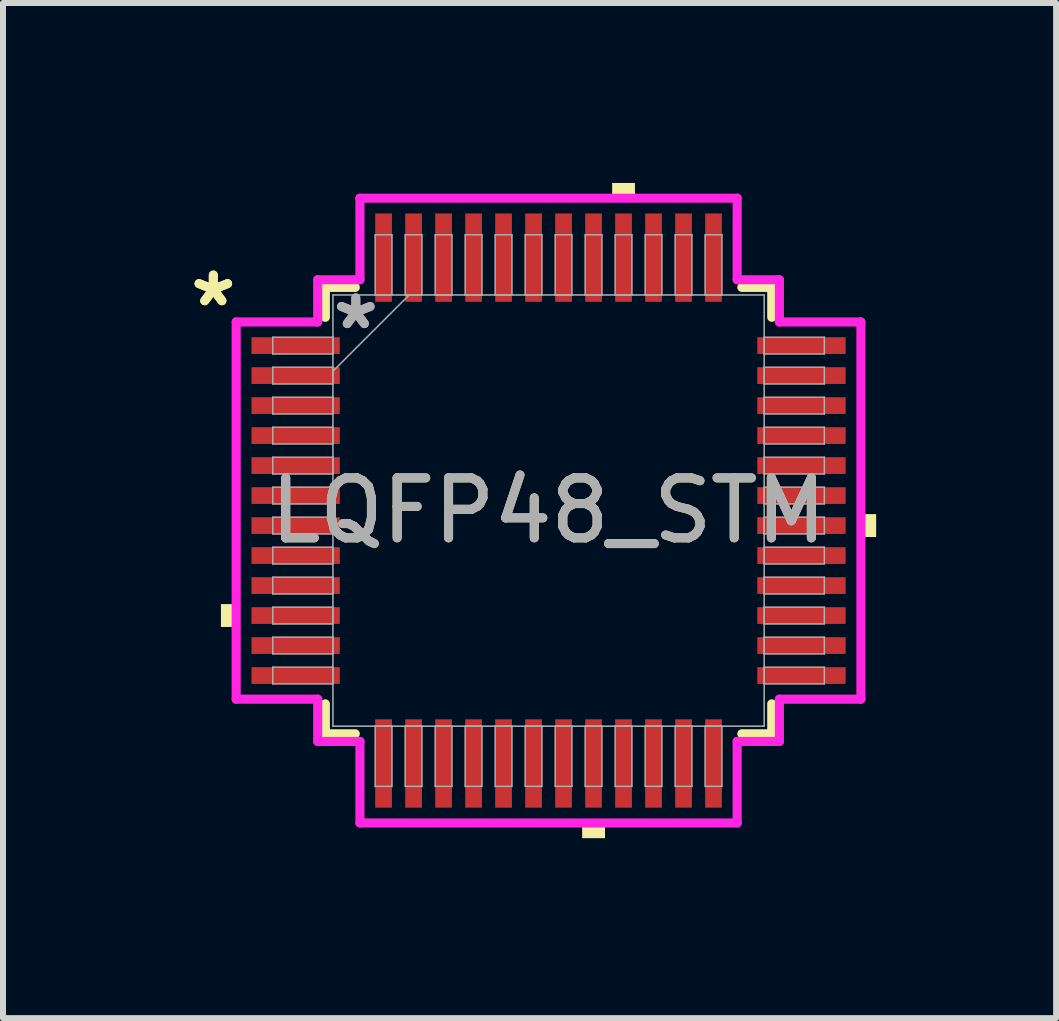
<source format=kicad_pcb>
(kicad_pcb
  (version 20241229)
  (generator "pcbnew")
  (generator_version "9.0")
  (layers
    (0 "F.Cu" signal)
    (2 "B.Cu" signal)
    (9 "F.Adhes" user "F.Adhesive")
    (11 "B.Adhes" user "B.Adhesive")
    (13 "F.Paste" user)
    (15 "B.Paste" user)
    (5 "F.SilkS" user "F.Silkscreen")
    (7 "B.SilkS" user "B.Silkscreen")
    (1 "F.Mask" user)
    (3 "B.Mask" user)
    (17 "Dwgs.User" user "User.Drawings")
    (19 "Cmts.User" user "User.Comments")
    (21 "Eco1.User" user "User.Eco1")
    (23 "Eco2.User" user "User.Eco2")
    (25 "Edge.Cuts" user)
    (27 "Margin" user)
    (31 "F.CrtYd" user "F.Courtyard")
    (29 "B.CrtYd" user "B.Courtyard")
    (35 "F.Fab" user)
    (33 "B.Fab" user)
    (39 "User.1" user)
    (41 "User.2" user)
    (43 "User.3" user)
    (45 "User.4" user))
  (footprint "LQFP48_STM"
    (layer "F.Cu")
    (at 6.094 5.461)
    (property "Reference" "LQFP48_STM" (at 0 0 0) (unlocked yes) (layer "F.SilkS") (effects (font (size 1 1) (thickness 0.15))))
    (attr smd)
    (fp_line (start -3.721 -3.721) (end -3.721 -3.222) (stroke (width 0.152) (type solid)) (layer "F.SilkS"))
    (fp_line (start -3.721 3.222) (end -3.721 3.721) (stroke (width 0.152) (type solid)) (layer "F.SilkS"))
    (fp_line (start -3.721 3.721) (end -3.222 3.721) (stroke (width 0.152) (type solid)) (layer "F.SilkS"))
    (fp_line (start -3.222 -3.721) (end -3.721 -3.721) (stroke (width 0.152) (type solid)) (layer "F.SilkS"))
    (fp_line (start 3.222 3.721) (end 3.721 3.721) (stroke (width 0.152) (type solid)) (layer "F.SilkS"))
    (fp_line (start 3.721 -3.721) (end 3.222 -3.721) (stroke (width 0.152) (type solid)) (layer "F.SilkS"))
    (fp_line (start 3.721 -3.222) (end 3.721 -3.721) (stroke (width 0.152) (type solid)) (layer "F.SilkS"))
    (fp_line (start 3.721 3.721) (end 3.721 3.222) (stroke (width 0.152) (type solid)) (layer "F.SilkS"))
    (fp_poly (pts (xy -5.461 1.559) (xy -5.461 1.94) (xy -5.207 1.94) (xy -5.207 1.559)) (stroke (width 0) (type solid)) (fill yes) (layer "F.SilkS"))
    (fp_poly (pts (xy 0.56 5.207) (xy 0.56 5.461) (xy 0.941 5.461) (xy 0.941 5.207)) (stroke (width 0) (type solid)) (fill yes) (layer "F.SilkS"))
    (fp_poly (pts (xy 1.06 -5.207) (xy 1.06 -5.461) (xy 1.44 -5.461) (xy 1.44 -5.207)) (stroke (width 0) (type solid)) (fill yes) (layer "F.SilkS"))
    (fp_poly (pts (xy 5.461 0.059) (xy 5.461 0.441) (xy 5.207 0.441) (xy 5.207 0.059)) (stroke (width 0) (type solid)) (fill yes) (layer "F.SilkS"))
    (fp_line (start -5.207 -3.144) (end -3.848 -3.144) (stroke (width 0.152) (type solid)) (layer "F.CrtYd"))
    (fp_line (start -5.207 3.144) (end -5.207 -3.144) (stroke (width 0.152) (type solid)) (layer "F.CrtYd"))
    (fp_line (start -3.848 -3.848) (end -3.144 -3.848) (stroke (width 0.152) (type solid)) (layer "F.CrtYd"))
    (fp_line (start -3.848 -3.144) (end -3.848 -3.848) (stroke (width 0.152) (type solid)) (layer "F.CrtYd"))
    (fp_line (start -3.848 3.144) (end -5.207 3.144) (stroke (width 0.152) (type solid)) (layer "F.CrtYd"))
    (fp_line (start -3.848 3.848) (end -3.848 3.144) (stroke (width 0.152) (type solid)) (layer "F.CrtYd"))
    (fp_line (start -3.848 3.848) (end -3.144 3.848) (stroke (width 0.152) (type solid)) (layer "F.CrtYd"))
    (fp_line (start -3.144 -5.207) (end 3.144 -5.207) (stroke (width 0.152) (type solid)) (layer "F.CrtYd"))
    (fp_line (start -3.144 -3.848) (end -3.144 -5.207) (stroke (width 0.152) (type solid)) (layer "F.CrtYd"))
    (fp_line (start -3.144 3.848) (end -3.144 5.207) (stroke (width 0.152) (type solid)) (layer "F.CrtYd"))
    (fp_line (start -3.144 5.207) (end 3.144 5.207) (stroke (width 0.152) (type solid)) (layer "F.CrtYd"))
    (fp_line (start 3.144 -5.207) (end 3.144 -3.848) (stroke (width 0.152) (type solid)) (layer "F.CrtYd"))
    (fp_line (start 3.144 -3.848) (end 3.848 -3.848) (stroke (width 0.152) (type solid)) (layer "F.CrtYd"))
    (fp_line (start 3.144 3.848) (end 3.848 3.848) (stroke (width 0.152) (type solid)) (layer "F.CrtYd"))
    (fp_line (start 3.144 5.207) (end 3.144 3.848) (stroke (width 0.152) (type solid)) (layer "F.CrtYd"))
    (fp_line (start 3.848 -3.144) (end 3.848 -3.848) (stroke (width 0.152) (type solid)) (layer "F.CrtYd"))
    (fp_line (start 3.848 3.144) (end 5.207 3.144) (stroke (width 0.152) (type solid)) (layer "F.CrtYd"))
    (fp_line (start 3.848 3.848) (end 3.848 3.144) (stroke (width 0.152) (type solid)) (layer "F.CrtYd"))
    (fp_line (start 5.207 -3.144) (end 3.848 -3.144) (stroke (width 0.152) (type solid)) (layer "F.CrtYd"))
    (fp_line (start 5.207 3.144) (end 5.207 -3.144) (stroke (width 0.152) (type solid)) (layer "F.CrtYd"))
    (fp_line (start -4.597 -2.89) (end -4.597 -2.61) (stroke (width 0.025) (type solid)) (layer "F.Fab"))
    (fp_line (start -4.597 -2.61) (end -3.594 -2.61) (stroke (width 0.025) (type solid)) (layer "F.Fab"))
    (fp_line (start -4.597 -2.39) (end -4.597 -2.11) (stroke (width 0.025) (type solid)) (layer "F.Fab"))
    (fp_line (start -4.597 -2.11) (end -3.594 -2.11) (stroke (width 0.025) (type solid)) (layer "F.Fab"))
    (fp_line (start -4.597 -1.89) (end -4.597 -1.61) (stroke (width 0.025) (type solid)) (layer "F.Fab"))
    (fp_line (start -4.597 -1.61) (end -3.594 -1.61) (stroke (width 0.025) (type solid)) (layer "F.Fab"))
    (fp_line (start -4.597 -1.39) (end -4.597 -1.11) (stroke (width 0.025) (type solid)) (layer "F.Fab"))
    (fp_line (start -4.597 -1.11) (end -3.594 -1.11) (stroke (width 0.025) (type solid)) (layer "F.Fab"))
    (fp_line (start -4.597 -0.89) (end -4.597 -0.61) (stroke (width 0.025) (type solid)) (layer "F.Fab"))
    (fp_line (start -4.597 -0.61) (end -3.594 -0.61) (stroke (width 0.025) (type solid)) (layer "F.Fab"))
    (fp_line (start -4.597 -0.39) (end -4.597 -0.11) (stroke (width 0.025) (type solid)) (layer "F.Fab"))
    (fp_line (start -4.597 -0.11) (end -3.594 -0.11) (stroke (width 0.025) (type solid)) (layer "F.Fab"))
    (fp_line (start -4.597 0.11) (end -4.597 0.39) (stroke (width 0.025) (type solid)) (layer "F.Fab"))
    (fp_line (start -4.597 0.39) (end -3.594 0.39) (stroke (width 0.025) (type solid)) (layer "F.Fab"))
    (fp_line (start -4.597 0.61) (end -4.597 0.89) (stroke (width 0.025) (type solid)) (layer "F.Fab"))
    (fp_line (start -4.597 0.89) (end -3.594 0.89) (stroke (width 0.025) (type solid)) (layer "F.Fab"))
    (fp_line (start -4.597 1.11) (end -4.597 1.39) (stroke (width 0.025) (type solid)) (layer "F.Fab"))
    (fp_line (start -4.597 1.39) (end -3.594 1.39) (stroke (width 0.025) (type solid)) (layer "F.Fab"))
    (fp_line (start -4.597 1.61) (end -4.597 1.89) (stroke (width 0.025) (type solid)) (layer "F.Fab"))
    (fp_line (start -4.597 1.89) (end -3.594 1.89) (stroke (width 0.025) (type solid)) (layer "F.Fab"))
    (fp_line (start -4.597 2.11) (end -4.597 2.39) (stroke (width 0.025) (type solid)) (layer "F.Fab"))
    (fp_line (start -4.597 2.39) (end -3.594 2.39) (stroke (width 0.025) (type solid)) (layer "F.Fab"))
    (fp_line (start -4.597 2.61) (end -4.597 2.89) (stroke (width 0.025) (type solid)) (layer "F.Fab"))
    (fp_line (start -4.597 2.89) (end -3.594 2.89) (stroke (width 0.025) (type solid)) (layer "F.Fab"))
    (fp_line (start -3.594 -3.594) (end -3.594 3.594) (stroke (width 0.025) (type solid)) (layer "F.Fab"))
    (fp_line (start -3.594 -2.89) (end -4.597 -2.89) (stroke (width 0.025) (type solid)) (layer "F.Fab"))
    (fp_line (start -3.594 -2.61) (end -3.594 -2.89) (stroke (width 0.025) (type solid)) (layer "F.Fab"))
    (fp_line (start -3.594 -2.39) (end -4.597 -2.39) (stroke (width 0.025) (type solid)) (layer "F.Fab"))
    (fp_line (start -3.594 -2.324) (end -2.324 -3.594) (stroke (width 0.025) (type solid)) (layer "F.Fab"))
    (fp_line (start -3.594 -2.11) (end -3.594 -2.39) (stroke (width 0.025) (type solid)) (layer "F.Fab"))
    (fp_line (start -3.594 -1.89) (end -4.597 -1.89) (stroke (width 0.025) (type solid)) (layer "F.Fab"))
    (fp_line (start -3.594 -1.61) (end -3.594 -1.89) (stroke (width 0.025) (type solid)) (layer "F.Fab"))
    (fp_line (start -3.594 -1.39) (end -4.597 -1.39) (stroke (width 0.025) (type solid)) (layer "F.Fab"))
    (fp_line (start -3.594 -1.11) (end -3.594 -1.39) (stroke (width 0.025) (type solid)) (layer "F.Fab"))
    (fp_line (start -3.594 -0.89) (end -4.597 -0.89) (stroke (width 0.025) (type solid)) (layer "F.Fab"))
    (fp_line (start -3.594 -0.61) (end -3.594 -0.89) (stroke (width 0.025) (type solid)) (layer "F.Fab"))
    (fp_line (start -3.594 -0.39) (end -4.597 -0.39) (stroke (width 0.025) (type solid)) (layer "F.Fab"))
    (fp_line (start -3.594 -0.11) (end -3.594 -0.39) (stroke (width 0.025) (type solid)) (layer "F.Fab"))
    (fp_line (start -3.594 0.11) (end -4.597 0.11) (stroke (width 0.025) (type solid)) (layer "F.Fab"))
    (fp_line (start -3.594 0.39) (end -3.594 0.11) (stroke (width 0.025) (type solid)) (layer "F.Fab"))
    (fp_line (start -3.594 0.61) (end -4.597 0.61) (stroke (width 0.025) (type solid)) (layer "F.Fab"))
    (fp_line (start -3.594 0.89) (end -3.594 0.61) (stroke (width 0.025) (type solid)) (layer "F.Fab"))
    (fp_line (start -3.594 1.11) (end -4.597 1.11) (stroke (width 0.025) (type solid)) (layer "F.Fab"))
    (fp_line (start -3.594 1.39) (end -3.594 1.11) (stroke (width 0.025) (type solid)) (layer "F.Fab"))
    (fp_line (start -3.594 1.61) (end -4.597 1.61) (stroke (width 0.025) (type solid)) (layer "F.Fab"))
    (fp_line (start -3.594 1.89) (end -3.594 1.61) (stroke (width 0.025) (type solid)) (layer "F.Fab"))
    (fp_line (start -3.594 2.11) (end -4.597 2.11) (stroke (width 0.025) (type solid)) (layer "F.Fab"))
    (fp_line (start -3.594 2.39) (end -3.594 2.11) (stroke (width 0.025) (type solid)) (layer "F.Fab"))
    (fp_line (start -3.594 2.61) (end -4.597 2.61) (stroke (width 0.025) (type solid)) (layer "F.Fab"))
    (fp_line (start -3.594 2.89) (end -3.594 2.61) (stroke (width 0.025) (type solid)) (layer "F.Fab"))
    (fp_line (start -3.594 3.594) (end 3.594 3.594) (stroke (width 0.025) (type solid)) (layer "F.Fab"))
    (fp_line (start -2.89 -4.597) (end -2.89 -3.594) (stroke (width 0.025) (type solid)) (layer "F.Fab"))
    (fp_line (start -2.89 -3.594) (end -2.61 -3.594) (stroke (width 0.025) (type solid)) (layer "F.Fab"))
    (fp_line (start -2.89 3.594) (end -2.89 4.597) (stroke (width 0.025) (type solid)) (layer "F.Fab"))
    (fp_line (start -2.89 4.597) (end -2.61 4.597) (stroke (width 0.025) (type solid)) (layer "F.Fab"))
    (fp_line (start -2.61 -4.597) (end -2.89 -4.597) (stroke (width 0.025) (type solid)) (layer "F.Fab"))
    (fp_line (start -2.61 -3.594) (end -2.61 -4.597) (stroke (width 0.025) (type solid)) (layer "F.Fab"))
    (fp_line (start -2.61 3.594) (end -2.89 3.594) (stroke (width 0.025) (type solid)) (layer "F.Fab"))
    (fp_line (start -2.61 4.597) (end -2.61 3.594) (stroke (width 0.025) (type solid)) (layer "F.Fab"))
    (fp_line (start -2.39 -4.597) (end -2.39 -3.594) (stroke (width 0.025) (type solid)) (layer "F.Fab"))
    (fp_line (start -2.39 -3.594) (end -2.11 -3.594) (stroke (width 0.025) (type solid)) (layer "F.Fab"))
    (fp_line (start -2.39 3.594) (end -2.39 4.597) (stroke (width 0.025) (type solid)) (layer "F.Fab"))
    (fp_line (start -2.39 4.597) (end -2.11 4.597) (stroke (width 0.025) (type solid)) (layer "F.Fab"))
    (fp_line (start -2.11 -4.597) (end -2.39 -4.597) (stroke (width 0.025) (type solid)) (layer "F.Fab"))
    (fp_line (start -2.11 -3.594) (end -2.11 -4.597) (stroke (width 0.025) (type solid)) (layer "F.Fab"))
    (fp_line (start -2.11 3.594) (end -2.39 3.594) (stroke (width 0.025) (type solid)) (layer "F.Fab"))
    (fp_line (start -2.11 4.597) (end -2.11 3.594) (stroke (width 0.025) (type solid)) (layer "F.Fab"))
    (fp_line (start -1.89 -4.597) (end -1.89 -3.594) (stroke (width 0.025) (type solid)) (layer "F.Fab"))
    (fp_line (start -1.89 -3.594) (end -1.61 -3.594) (stroke (width 0.025) (type solid)) (layer "F.Fab"))
    (fp_line (start -1.89 3.594) (end -1.89 4.597) (stroke (width 0.025) (type solid)) (layer "F.Fab"))
    (fp_line (start -1.89 4.597) (end -1.61 4.597) (stroke (width 0.025) (type solid)) (layer "F.Fab"))
    (fp_line (start -1.61 -4.597) (end -1.89 -4.597) (stroke (width 0.025) (type solid)) (layer "F.Fab"))
    (fp_line (start -1.61 -3.594) (end -1.61 -4.597) (stroke (width 0.025) (type solid)) (layer "F.Fab"))
    (fp_line (start -1.61 3.594) (end -1.89 3.594) (stroke (width 0.025) (type solid)) (layer "F.Fab"))
    (fp_line (start -1.61 4.597) (end -1.61 3.594) (stroke (width 0.025) (type solid)) (layer "F.Fab"))
    (fp_line (start -1.39 -4.597) (end -1.39 -3.594) (stroke (width 0.025) (type solid)) (layer "F.Fab"))
    (fp_line (start -1.39 -3.594) (end -1.11 -3.594) (stroke (width 0.025) (type solid)) (layer "F.Fab"))
    (fp_line (start -1.39 3.594) (end -1.39 4.597) (stroke (width 0.025) (type solid)) (layer "F.Fab"))
    (fp_line (start -1.39 4.597) (end -1.11 4.597) (stroke (width 0.025) (type solid)) (layer "F.Fab"))
    (fp_line (start -1.11 -4.597) (end -1.39 -4.597) (stroke (width 0.025) (type solid)) (layer "F.Fab"))
    (fp_line (start -1.11 -3.594) (end -1.11 -4.597) (stroke (width 0.025) (type solid)) (layer "F.Fab"))
    (fp_line (start -1.11 3.594) (end -1.39 3.594) (stroke (width 0.025) (type solid)) (layer "F.Fab"))
    (fp_line (start -1.11 4.597) (end -1.11 3.594) (stroke (width 0.025) (type solid)) (layer "F.Fab"))
    (fp_line (start -0.89 -4.597) (end -0.89 -3.594) (stroke (width 0.025) (type solid)) (layer "F.Fab"))
    (fp_line (start -0.89 -3.594) (end -0.61 -3.594) (stroke (width 0.025) (type solid)) (layer "F.Fab"))
    (fp_line (start -0.89 3.594) (end -0.89 4.597) (stroke (width 0.025) (type solid)) (layer "F.Fab"))
    (fp_line (start -0.89 4.597) (end -0.61 4.597) (stroke (width 0.025) (type solid)) (layer "F.Fab"))
    (fp_line (start -0.61 -4.597) (end -0.89 -4.597) (stroke (width 0.025) (type solid)) (layer "F.Fab"))
    (fp_line (start -0.61 -3.594) (end -0.61 -4.597) (stroke (width 0.025) (type solid)) (layer "F.Fab"))
    (fp_line (start -0.61 3.594) (end -0.89 3.594) (stroke (width 0.025) (type solid)) (layer "F.Fab"))
    (fp_line (start -0.61 4.597) (end -0.61 3.594) (stroke (width 0.025) (type solid)) (layer "F.Fab"))
    (fp_line (start -0.39 -4.597) (end -0.39 -3.594) (stroke (width 0.025) (type solid)) (layer "F.Fab"))
    (fp_line (start -0.39 -3.594) (end -0.11 -3.594) (stroke (width 0.025) (type solid)) (layer "F.Fab"))
    (fp_line (start -0.39 3.594) (end -0.39 4.597) (stroke (width 0.025) (type solid)) (layer "F.Fab"))
    (fp_line (start -0.39 4.597) (end -0.11 4.597) (stroke (width 0.025) (type solid)) (layer "F.Fab"))
    (fp_line (start -0.11 -4.597) (end -0.39 -4.597) (stroke (width 0.025) (type solid)) (layer "F.Fab"))
    (fp_line (start -0.11 -3.594) (end -0.11 -4.597) (stroke (width 0.025) (type solid)) (layer "F.Fab"))
    (fp_line (start -0.11 3.594) (end -0.39 3.594) (stroke (width 0.025) (type solid)) (layer "F.Fab"))
    (fp_line (start -0.11 4.597) (end -0.11 3.594) (stroke (width 0.025) (type solid)) (layer "F.Fab"))
    (fp_line (start 0.11 -4.597) (end 0.11 -3.594) (stroke (width 0.025) (type solid)) (layer "F.Fab"))
    (fp_line (start 0.11 -3.594) (end 0.39 -3.594) (stroke (width 0.025) (type solid)) (layer "F.Fab"))
    (fp_line (start 0.11 3.594) (end 0.11 4.597) (stroke (width 0.025) (type solid)) (layer "F.Fab"))
    (fp_line (start 0.11 4.597) (end 0.39 4.597) (stroke (width 0.025) (type solid)) (layer "F.Fab"))
    (fp_line (start 0.39 -4.597) (end 0.11 -4.597) (stroke (width 0.025) (type solid)) (layer "F.Fab"))
    (fp_line (start 0.39 -3.594) (end 0.39 -4.597) (stroke (width 0.025) (type solid)) (layer "F.Fab"))
    (fp_line (start 0.39 3.594) (end 0.11 3.594) (stroke (width 0.025) (type solid)) (layer "F.Fab"))
    (fp_line (start 0.39 4.597) (end 0.39 3.594) (stroke (width 0.025) (type solid)) (layer "F.Fab"))
    (fp_line (start 0.61 -4.597) (end 0.61 -3.594) (stroke (width 0.025) (type solid)) (layer "F.Fab"))
    (fp_line (start 0.61 -3.594) (end 0.89 -3.594) (stroke (width 0.025) (type solid)) (layer "F.Fab"))
    (fp_line (start 0.61 3.594) (end 0.61 4.597) (stroke (width 0.025) (type solid)) (layer "F.Fab"))
    (fp_line (start 0.61 4.597) (end 0.89 4.597) (stroke (width 0.025) (type solid)) (layer "F.Fab"))
    (fp_line (start 0.89 -4.597) (end 0.61 -4.597) (stroke (width 0.025) (type solid)) (layer "F.Fab"))
    (fp_line (start 0.89 -3.594) (end 0.89 -4.597) (stroke (width 0.025) (type solid)) (layer "F.Fab"))
    (fp_line (start 0.89 3.594) (end 0.61 3.594) (stroke (width 0.025) (type solid)) (layer "F.Fab"))
    (fp_line (start 0.89 4.597) (end 0.89 3.594) (stroke (width 0.025) (type solid)) (layer "F.Fab"))
    (fp_line (start 1.11 -4.597) (end 1.11 -3.594) (stroke (width 0.025) (type solid)) (layer "F.Fab"))
    (fp_line (start 1.11 -3.594) (end 1.39 -3.594) (stroke (width 0.025) (type solid)) (layer "F.Fab"))
    (fp_line (start 1.11 3.594) (end 1.11 4.597) (stroke (width 0.025) (type solid)) (layer "F.Fab"))
    (fp_line (start 1.11 4.597) (end 1.39 4.597) (stroke (width 0.025) (type solid)) (layer "F.Fab"))
    (fp_line (start 1.39 -4.597) (end 1.11 -4.597) (stroke (width 0.025) (type solid)) (layer "F.Fab"))
    (fp_line (start 1.39 -3.594) (end 1.39 -4.597) (stroke (width 0.025) (type solid)) (layer "F.Fab"))
    (fp_line (start 1.39 3.594) (end 1.11 3.594) (stroke (width 0.025) (type solid)) (layer "F.Fab"))
    (fp_line (start 1.39 4.597) (end 1.39 3.594) (stroke (width 0.025) (type solid)) (layer "F.Fab"))
    (fp_line (start 1.61 -4.597) (end 1.61 -3.594) (stroke (width 0.025) (type solid)) (layer "F.Fab"))
    (fp_line (start 1.61 -3.594) (end 1.89 -3.594) (stroke (width 0.025) (type solid)) (layer "F.Fab"))
    (fp_line (start 1.61 3.594) (end 1.61 4.597) (stroke (width 0.025) (type solid)) (layer "F.Fab"))
    (fp_line (start 1.61 4.597) (end 1.89 4.597) (stroke (width 0.025) (type solid)) (layer "F.Fab"))
    (fp_line (start 1.89 -4.597) (end 1.61 -4.597) (stroke (width 0.025) (type solid)) (layer "F.Fab"))
    (fp_line (start 1.89 -3.594) (end 1.89 -4.597) (stroke (width 0.025) (type solid)) (layer "F.Fab"))
    (fp_line (start 1.89 3.594) (end 1.61 3.594) (stroke (width 0.025) (type solid)) (layer "F.Fab"))
    (fp_line (start 1.89 4.597) (end 1.89 3.594) (stroke (width 0.025) (type solid)) (layer "F.Fab"))
    (fp_line (start 2.11 -4.597) (end 2.11 -3.594) (stroke (width 0.025) (type solid)) (layer "F.Fab"))
    (fp_line (start 2.11 -3.594) (end 2.39 -3.594) (stroke (width 0.025) (type solid)) (layer "F.Fab"))
    (fp_line (start 2.11 3.594) (end 2.11 4.597) (stroke (width 0.025) (type solid)) (layer "F.Fab"))
    (fp_line (start 2.11 4.597) (end 2.39 4.597) (stroke (width 0.025) (type solid)) (layer "F.Fab"))
    (fp_line (start 2.39 -4.597) (end 2.11 -4.597) (stroke (width 0.025) (type solid)) (layer "F.Fab"))
    (fp_line (start 2.39 -3.594) (end 2.39 -4.597) (stroke (width 0.025) (type solid)) (layer "F.Fab"))
    (fp_line (start 2.39 3.594) (end 2.11 3.594) (stroke (width 0.025) (type solid)) (layer "F.Fab"))
    (fp_line (start 2.39 4.597) (end 2.39 3.594) (stroke (width 0.025) (type solid)) (layer "F.Fab"))
    (fp_line (start 2.61 -4.597) (end 2.61 -3.594) (stroke (width 0.025) (type solid)) (layer "F.Fab"))
    (fp_line (start 2.61 -3.594) (end 2.89 -3.594) (stroke (width 0.025) (type solid)) (layer "F.Fab"))
    (fp_line (start 2.61 3.594) (end 2.61 4.597) (stroke (width 0.025) (type solid)) (layer "F.Fab"))
    (fp_line (start 2.61 4.597) (end 2.89 4.597) (stroke (width 0.025) (type solid)) (layer "F.Fab"))
    (fp_line (start 2.89 -4.597) (end 2.61 -4.597) (stroke (width 0.025) (type solid)) (layer "F.Fab"))
    (fp_line (start 2.89 -3.594) (end 2.89 -4.597) (stroke (width 0.025) (type solid)) (layer "F.Fab"))
    (fp_line (start 2.89 3.594) (end 2.61 3.594) (stroke (width 0.025) (type solid)) (layer "F.Fab"))
    (fp_line (start 2.89 4.597) (end 2.89 3.594) (stroke (width 0.025) (type solid)) (layer "F.Fab"))
    (fp_line (start 3.594 -3.594) (end -3.594 -3.594) (stroke (width 0.025) (type solid)) (layer "F.Fab"))
    (fp_line (start 3.594 -2.89) (end 3.594 -2.61) (stroke (width 0.025) (type solid)) (layer "F.Fab"))
    (fp_line (start 3.594 -2.61) (end 4.597 -2.61) (stroke (width 0.025) (type solid)) (layer "F.Fab"))
    (fp_line (start 3.594 -2.39) (end 3.594 -2.11) (stroke (width 0.025) (type solid)) (layer "F.Fab"))
    (fp_line (start 3.594 -2.11) (end 4.597 -2.11) (stroke (width 0.025) (type solid)) (layer "F.Fab"))
    (fp_line (start 3.594 -1.89) (end 3.594 -1.61) (stroke (width 0.025) (type solid)) (layer "F.Fab"))
    (fp_line (start 3.594 -1.61) (end 4.597 -1.61) (stroke (width 0.025) (type solid)) (layer "F.Fab"))
    (fp_line (start 3.594 -1.39) (end 3.594 -1.11) (stroke (width 0.025) (type solid)) (layer "F.Fab"))
    (fp_line (start 3.594 -1.11) (end 4.597 -1.11) (stroke (width 0.025) (type solid)) (layer "F.Fab"))
    (fp_line (start 3.594 -0.89) (end 3.594 -0.61) (stroke (width 0.025) (type solid)) (layer "F.Fab"))
    (fp_line (start 3.594 -0.61) (end 4.597 -0.61) (stroke (width 0.025) (type solid)) (layer "F.Fab"))
    (fp_line (start 3.594 -0.39) (end 3.594 -0.11) (stroke (width 0.025) (type solid)) (layer "F.Fab"))
    (fp_line (start 3.594 -0.11) (end 4.597 -0.11) (stroke (width 0.025) (type solid)) (layer "F.Fab"))
    (fp_line (start 3.594 0.11) (end 3.594 0.39) (stroke (width 0.025) (type solid)) (layer "F.Fab"))
    (fp_line (start 3.594 0.39) (end 4.597 0.39) (stroke (width 0.025) (type solid)) (layer "F.Fab"))
    (fp_line (start 3.594 0.61) (end 3.594 0.89) (stroke (width 0.025) (type solid)) (layer "F.Fab"))
    (fp_line (start 3.594 0.89) (end 4.597 0.89) (stroke (width 0.025) (type solid)) (layer "F.Fab"))
    (fp_line (start 3.594 1.11) (end 3.594 1.39) (stroke (width 0.025) (type solid)) (layer "F.Fab"))
    (fp_line (start 3.594 1.39) (end 4.597 1.39) (stroke (width 0.025) (type solid)) (layer "F.Fab"))
    (fp_line (start 3.594 1.61) (end 3.594 1.89) (stroke (width 0.025) (type solid)) (layer "F.Fab"))
    (fp_line (start 3.594 1.89) (end 4.597 1.89) (stroke (width 0.025) (type solid)) (layer "F.Fab"))
    (fp_line (start 3.594 2.11) (end 3.594 2.39) (stroke (width 0.025) (type solid)) (layer "F.Fab"))
    (fp_line (start 3.594 2.39) (end 4.597 2.39) (stroke (width 0.025) (type solid)) (layer "F.Fab"))
    (fp_line (start 3.594 2.61) (end 3.594 2.89) (stroke (width 0.025) (type solid)) (layer "F.Fab"))
    (fp_line (start 3.594 2.89) (end 4.597 2.89) (stroke (width 0.025) (type solid)) (layer "F.Fab"))
    (fp_line (start 3.594 3.594) (end 3.594 -3.594) (stroke (width 0.025) (type solid)) (layer "F.Fab"))
    (fp_line (start 4.597 -2.89) (end 3.594 -2.89) (stroke (width 0.025) (type solid)) (layer "F.Fab"))
    (fp_line (start 4.597 -2.61) (end 4.597 -2.89) (stroke (width 0.025) (type solid)) (layer "F.Fab"))
    (fp_line (start 4.597 -2.39) (end 3.594 -2.39) (stroke (width 0.025) (type solid)) (layer "F.Fab"))
    (fp_line (start 4.597 -2.11) (end 4.597 -2.39) (stroke (width 0.025) (type solid)) (layer "F.Fab"))
    (fp_line (start 4.597 -1.89) (end 3.594 -1.89) (stroke (width 0.025) (type solid)) (layer "F.Fab"))
    (fp_line (start 4.597 -1.61) (end 4.597 -1.89) (stroke (width 0.025) (type solid)) (layer "F.Fab"))
    (fp_line (start 4.597 -1.39) (end 3.594 -1.39) (stroke (width 0.025) (type solid)) (layer "F.Fab"))
    (fp_line (start 4.597 -1.11) (end 4.597 -1.39) (stroke (width 0.025) (type solid)) (layer "F.Fab"))
    (fp_line (start 4.597 -0.89) (end 3.594 -0.89) (stroke (width 0.025) (type solid)) (layer "F.Fab"))
    (fp_line (start 4.597 -0.61) (end 4.597 -0.89) (stroke (width 0.025) (type solid)) (layer "F.Fab"))
    (fp_line (start 4.597 -0.39) (end 3.594 -0.39) (stroke (width 0.025) (type solid)) (layer "F.Fab"))
    (fp_line (start 4.597 -0.11) (end 4.597 -0.39) (stroke (width 0.025) (type solid)) (layer "F.Fab"))
    (fp_line (start 4.597 0.11) (end 3.594 0.11) (stroke (width 0.025) (type solid)) (layer "F.Fab"))
    (fp_line (start 4.597 0.39) (end 4.597 0.11) (stroke (width 0.025) (type solid)) (layer "F.Fab"))
    (fp_line (start 4.597 0.61) (end 3.594 0.61) (stroke (width 0.025) (type solid)) (layer "F.Fab"))
    (fp_line (start 4.597 0.89) (end 4.597 0.61) (stroke (width 0.025) (type solid)) (layer "F.Fab"))
    (fp_line (start 4.597 1.11) (end 3.594 1.11) (stroke (width 0.025) (type solid)) (layer "F.Fab"))
    (fp_line (start 4.597 1.39) (end 4.597 1.11) (stroke (width 0.025) (type solid)) (layer "F.Fab"))
    (fp_line (start 4.597 1.61) (end 3.594 1.61) (stroke (width 0.025) (type solid)) (layer "F.Fab"))
    (fp_line (start 4.597 1.89) (end 4.597 1.61) (stroke (width 0.025) (type solid)) (layer "F.Fab"))
    (fp_line (start 4.597 2.11) (end 3.594 2.11) (stroke (width 0.025) (type solid)) (layer "F.Fab"))
    (fp_line (start 4.597 2.39) (end 4.597 2.11) (stroke (width 0.025) (type solid)) (layer "F.Fab"))
    (fp_line (start 4.597 2.61) (end 3.594 2.61) (stroke (width 0.025) (type solid)) (layer "F.Fab"))
    (fp_line (start 4.597 2.89) (end 4.597 2.61) (stroke (width 0.025) (type solid)) (layer "F.Fab"))
    (fp_text user "*" (at -5.588 -3.381 0) (unlocked yes) (layer "F.SilkS") (effects (font (size 1 1) (thickness 0.15))))
    (fp_text user "*" (at -5.588 -3.381 0) (layer "F.SilkS") (effects (font (size 1 1) (thickness 0.15))))
    (fp_text user "*" (at -3.213 -3 0) (layer "F.Fab") (effects (font (size 1 1) (thickness 0.15))))
    (fp_text user "${REFERENCE}" (at 0 0 0) (unlocked yes) (layer "F.Fab") (effects (font (size 1 1) (thickness 0.15))))
    (fp_text user "*" (at -3.213 -3 0) (unlocked yes) (layer "F.Fab") (effects (font (size 1 1) (thickness 0.15))))
    (pad "1" smd rect (at -4.216 -2.75 90) (size 0.279 1.473) (layers "F.Cu" "F.Mask" "F.Paste"))
    (pad "2" smd rect (at -4.216 -2.25 90) (size 0.279 1.473) (layers "F.Cu" "F.Mask" "F.Paste"))
    (pad "3" smd rect (at -4.216 -1.75 90) (size 0.279 1.473) (layers "F.Cu" "F.Mask" "F.Paste"))
    (pad "4" smd rect (at -4.216 -1.25 90) (size 0.279 1.473) (layers "F.Cu" "F.Mask" "F.Paste"))
    (pad "5" smd rect (at -4.216 -0.75 90) (size 0.279 1.473) (layers "F.Cu" "F.Mask" "F.Paste"))
    (pad "6" smd rect (at -4.216 -0.25 90) (size 0.279 1.473) (layers "F.Cu" "F.Mask" "F.Paste"))
    (pad "7" smd rect (at -4.216 0.25 90) (size 0.279 1.473) (layers "F.Cu" "F.Mask" "F.Paste"))
    (pad "8" smd rect (at -4.216 0.75 90) (size 0.279 1.473) (layers "F.Cu" "F.Mask" "F.Paste"))
    (pad "9" smd rect (at -4.216 1.25 90) (size 0.279 1.473) (layers "F.Cu" "F.Mask" "F.Paste"))
    (pad "10" smd rect (at -4.216 1.75 90) (size 0.279 1.473) (layers "F.Cu" "F.Mask" "F.Paste"))
    (pad "11" smd rect (at -4.216 2.25 90) (size 0.279 1.473) (layers "F.Cu" "F.Mask" "F.Paste"))
    (pad "12" smd rect (at -4.216 2.75 90) (size 0.279 1.473) (layers "F.Cu" "F.Mask" "F.Paste"))
    (pad "13" smd rect (at -2.75 4.216) (size 0.279 1.473) (layers "F.Cu" "F.Mask" "F.Paste"))
    (pad "14" smd rect (at -2.25 4.216) (size 0.279 1.473) (layers "F.Cu" "F.Mask" "F.Paste"))
    (pad "15" smd rect (at -1.75 4.216) (size 0.279 1.473) (layers "F.Cu" "F.Mask" "F.Paste"))
    (pad "16" smd rect (at -1.25 4.216) (size 0.279 1.473) (layers "F.Cu" "F.Mask" "F.Paste"))
    (pad "17" smd rect (at -0.75 4.216) (size 0.279 1.473) (layers "F.Cu" "F.Mask" "F.Paste"))
    (pad "18" smd rect (at -0.25 4.216) (size 0.279 1.473) (layers "F.Cu" "F.Mask" "F.Paste"))
    (pad "19" smd rect (at 0.25 4.216) (size 0.279 1.473) (layers "F.Cu" "F.Mask" "F.Paste"))
    (pad "20" smd rect (at 0.75 4.216) (size 0.279 1.473) (layers "F.Cu" "F.Mask" "F.Paste"))
    (pad "21" smd rect (at 1.25 4.216) (size 0.279 1.473) (layers "F.Cu" "F.Mask" "F.Paste"))
    (pad "22" smd rect (at 1.75 4.216) (size 0.279 1.473) (layers "F.Cu" "F.Mask" "F.Paste"))
    (pad "23" smd rect (at 2.25 4.216) (size 0.279 1.473) (layers "F.Cu" "F.Mask" "F.Paste"))
    (pad "24" smd rect (at 2.75 4.216) (size 0.279 1.473) (layers "F.Cu" "F.Mask" "F.Paste"))
    (pad "25" smd rect (at 4.216 2.75 90) (size 0.279 1.473) (layers "F.Cu" "F.Mask" "F.Paste"))
    (pad "26" smd rect (at 4.216 2.25 90) (size 0.279 1.473) (layers "F.Cu" "F.Mask" "F.Paste"))
    (pad "27" smd rect (at 4.216 1.75 90) (size 0.279 1.473) (layers "F.Cu" "F.Mask" "F.Paste"))
    (pad "28" smd rect (at 4.216 1.25 90) (size 0.279 1.473) (layers "F.Cu" "F.Mask" "F.Paste"))
    (pad "29" smd rect (at 4.216 0.75 90) (size 0.279 1.473) (layers "F.Cu" "F.Mask" "F.Paste"))
    (pad "30" smd rect (at 4.216 0.25 90) (size 0.279 1.473) (layers "F.Cu" "F.Mask" "F.Paste"))
    (pad "31" smd rect (at 4.216 -0.25 90) (size 0.279 1.473) (layers "F.Cu" "F.Mask" "F.Paste"))
    (pad "32" smd rect (at 4.216 -0.75 90) (size 0.279 1.473) (layers "F.Cu" "F.Mask" "F.Paste"))
    (pad "33" smd rect (at 4.216 -1.25 90) (size 0.279 1.473) (layers "F.Cu" "F.Mask" "F.Paste"))
    (pad "34" smd rect (at 4.216 -1.75 90) (size 0.279 1.473) (layers "F.Cu" "F.Mask" "F.Paste"))
    (pad "35" smd rect (at 4.216 -2.25 90) (size 0.279 1.473) (layers "F.Cu" "F.Mask" "F.Paste"))
    (pad "36" smd rect (at 4.216 -2.75 90) (size 0.279 1.473) (layers "F.Cu" "F.Mask" "F.Paste"))
    (pad "37" smd rect (at 2.75 -4.216) (size 0.279 1.473) (layers "F.Cu" "F.Mask" "F.Paste"))
    (pad "38" smd rect (at 2.25 -4.216) (size 0.279 1.473) (layers "F.Cu" "F.Mask" "F.Paste"))
    (pad "39" smd rect (at 1.75 -4.216) (size 0.279 1.473) (layers "F.Cu" "F.Mask" "F.Paste"))
    (pad "40" smd rect (at 1.25 -4.216) (size 0.279 1.473) (layers "F.Cu" "F.Mask" "F.Paste"))
    (pad "41" smd rect (at 0.75 -4.216) (size 0.279 1.473) (layers "F.Cu" "F.Mask" "F.Paste"))
    (pad "42" smd rect (at 0.25 -4.216) (size 0.279 1.473) (layers "F.Cu" "F.Mask" "F.Paste"))
    (pad "43" smd rect (at -0.25 -4.216) (size 0.279 1.473) (layers "F.Cu" "F.Mask" "F.Paste"))
    (pad "44" smd rect (at -0.75 -4.216) (size 0.279 1.473) (layers "F.Cu" "F.Mask" "F.Paste"))
    (pad "45" smd rect (at -1.25 -4.216) (size 0.279 1.473) (layers "F.Cu" "F.Mask" "F.Paste"))
    (pad "46" smd rect (at -1.75 -4.216) (size 0.279 1.473) (layers "F.Cu" "F.Mask" "F.Paste"))
    (pad "47" smd rect (at -2.25 -4.216) (size 0.279 1.473) (layers "F.Cu" "F.Mask" "F.Paste"))
    (pad "48" smd rect (at -2.75 -4.216) (size 0.279 1.473) (layers "F.Cu" "F.Mask" "F.Paste")))
  (gr_rect
    (start -3 -3)
    (end 14.555 13.922)
    (stroke (width 0.1) (type default))
    (fill no)
    (layer "Edge.Cuts")))
</source>
